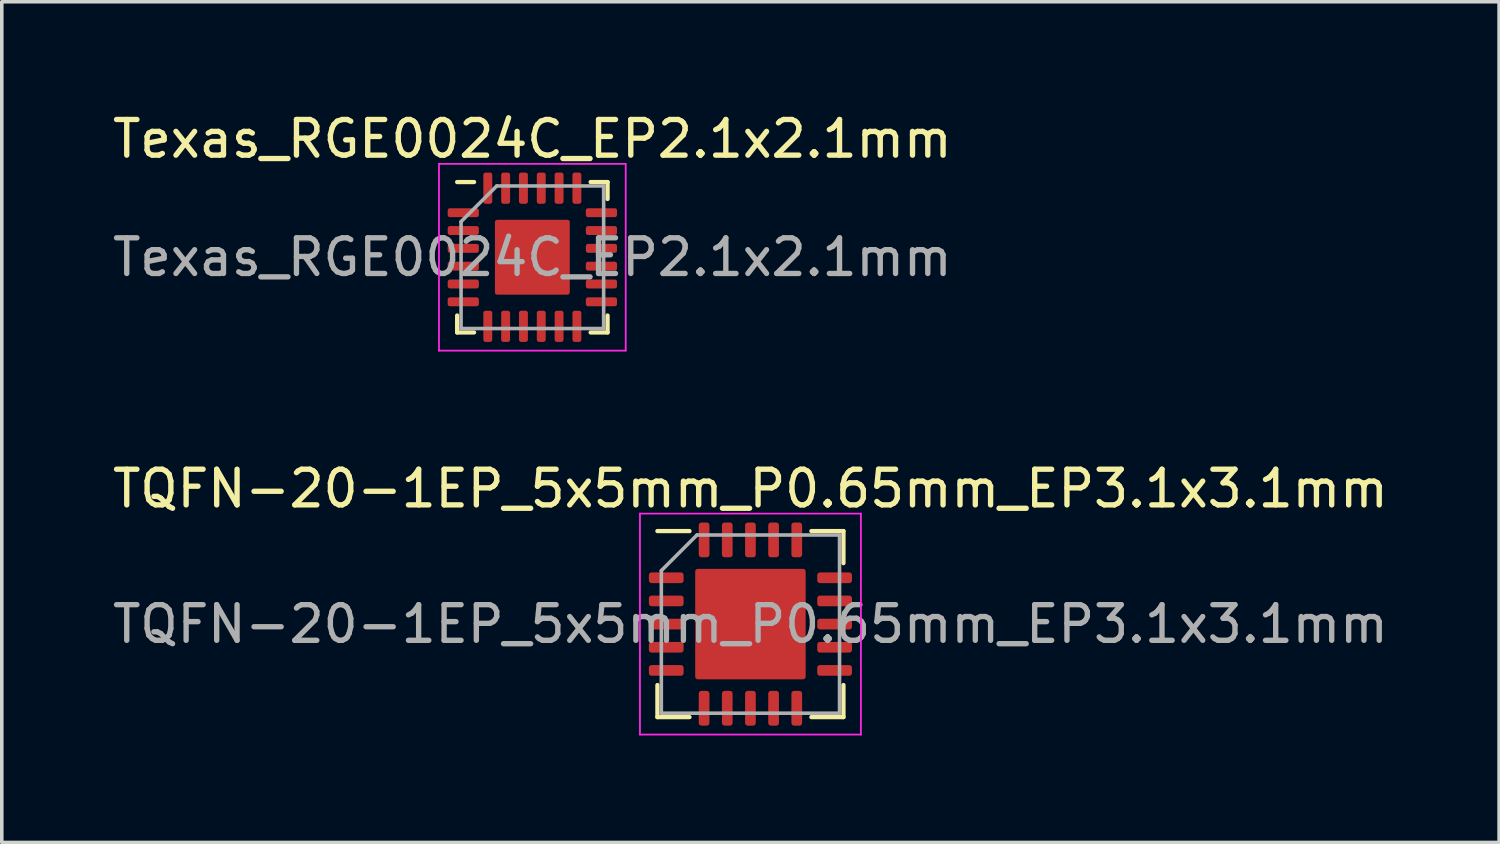
<source format=kicad_pcb>
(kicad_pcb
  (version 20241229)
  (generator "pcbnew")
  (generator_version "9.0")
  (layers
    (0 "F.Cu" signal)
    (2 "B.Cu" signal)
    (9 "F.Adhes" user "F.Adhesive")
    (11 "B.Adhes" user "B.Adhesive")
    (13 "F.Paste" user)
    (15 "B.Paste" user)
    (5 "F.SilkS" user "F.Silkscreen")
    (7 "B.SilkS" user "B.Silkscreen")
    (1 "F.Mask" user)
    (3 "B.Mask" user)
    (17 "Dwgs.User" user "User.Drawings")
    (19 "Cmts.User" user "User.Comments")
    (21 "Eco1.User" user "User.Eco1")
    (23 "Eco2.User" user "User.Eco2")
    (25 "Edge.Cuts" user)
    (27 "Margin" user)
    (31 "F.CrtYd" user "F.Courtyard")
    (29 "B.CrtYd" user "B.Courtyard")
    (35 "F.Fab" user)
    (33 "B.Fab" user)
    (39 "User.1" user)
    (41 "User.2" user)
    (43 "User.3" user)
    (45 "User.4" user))
  (footprint "Texas_RGE0024C_EP2.1x2.1mm"
    (layer "F.Cu")
    (at 11.887 4.168)
    (property "Reference" "Texas_RGE0024C_EP2.1x2.1mm" (at 0 -3.32 0) (layer "F.SilkS") (effects (font (size 1 1) (thickness 0.15))))
    (attr smd)
    (fp_line (start -2.11 2.11) (end -2.11 1.635) (stroke (width 0.12) (type solid)) (layer "F.SilkS"))
    (fp_line (start -1.635 -2.11) (end -2.11 -2.11) (stroke (width 0.12) (type solid)) (layer "F.SilkS"))
    (fp_line (start -1.635 2.11) (end -2.11 2.11) (stroke (width 0.12) (type solid)) (layer "F.SilkS"))
    (fp_line (start 1.635 -2.11) (end 2.11 -2.11) (stroke (width 0.12) (type solid)) (layer "F.SilkS"))
    (fp_line (start 1.635 2.11) (end 2.11 2.11) (stroke (width 0.12) (type solid)) (layer "F.SilkS"))
    (fp_line (start 2.11 -2.11) (end 2.11 -1.635) (stroke (width 0.12) (type solid)) (layer "F.SilkS"))
    (fp_line (start 2.11 2.11) (end 2.11 1.635) (stroke (width 0.12) (type solid)) (layer "F.SilkS"))
    (fp_line (start -2.62 -2.62) (end -2.62 2.62) (stroke (width 0.05) (type solid)) (layer "F.CrtYd"))
    (fp_line (start -2.62 2.62) (end 2.62 2.62) (stroke (width 0.05) (type solid)) (layer "F.CrtYd"))
    (fp_line (start 2.62 -2.62) (end -2.62 -2.62) (stroke (width 0.05) (type solid)) (layer "F.CrtYd"))
    (fp_line (start 2.62 2.62) (end 2.62 -2.62) (stroke (width 0.05) (type solid)) (layer "F.CrtYd"))
    (fp_line (start -2 -1) (end -1 -2) (stroke (width 0.1) (type solid)) (layer "F.Fab"))
    (fp_line (start -2 2) (end -2 -1) (stroke (width 0.1) (type solid)) (layer "F.Fab"))
    (fp_line (start -1 -2) (end 2 -2) (stroke (width 0.1) (type solid)) (layer "F.Fab"))
    (fp_line (start 2 -2) (end 2 2) (stroke (width 0.1) (type solid)) (layer "F.Fab"))
    (fp_line (start 2 2) (end -2 2) (stroke (width 0.1) (type solid)) (layer "F.Fab"))
    (fp_text user "${REFERENCE}" (at 0 0 0) (layer "F.Fab") (effects (font (size 1 1) (thickness 0.15))))
    (pad "" smd roundrect (at -0.525 -0.525) (size 0.85 0.85) (layers "F.Paste") (roundrect_rratio 0.25))
    (pad "" smd roundrect (at -0.525 0.525) (size 0.85 0.85) (layers "F.Paste") (roundrect_rratio 0.25))
    (pad "" smd roundrect (at 0.525 -0.525) (size 0.85 0.85) (layers "F.Paste") (roundrect_rratio 0.25))
    (pad "" smd roundrect (at 0.525 0.525) (size 0.85 0.85) (layers "F.Paste") (roundrect_rratio 0.25))
    (pad "1" smd roundrect (at -1.938 -1.25) (size 0.875 0.25) (layers "F.Cu" "F.Mask" "F.Paste") (roundrect_rratio 0.25))
    (pad "2" smd roundrect (at -1.938 -0.75) (size 0.875 0.25) (layers "F.Cu" "F.Mask" "F.Paste") (roundrect_rratio 0.25))
    (pad "3" smd roundrect (at -1.938 -0.25) (size 0.875 0.25) (layers "F.Cu" "F.Mask" "F.Paste") (roundrect_rratio 0.25))
    (pad "4" smd roundrect (at -1.938 0.25) (size 0.875 0.25) (layers "F.Cu" "F.Mask" "F.Paste") (roundrect_rratio 0.25))
    (pad "5" smd roundrect (at -1.938 0.75) (size 0.875 0.25) (layers "F.Cu" "F.Mask" "F.Paste") (roundrect_rratio 0.25))
    (pad "6" smd roundrect (at -1.938 1.25) (size 0.875 0.25) (layers "F.Cu" "F.Mask" "F.Paste") (roundrect_rratio 0.25))
    (pad "7" smd roundrect (at -1.25 1.938) (size 0.25 0.875) (layers "F.Cu" "F.Mask" "F.Paste") (roundrect_rratio 0.25))
    (pad "8" smd roundrect (at -0.75 1.938) (size 0.25 0.875) (layers "F.Cu" "F.Mask" "F.Paste") (roundrect_rratio 0.25))
    (pad "9" smd roundrect (at -0.25 1.938) (size 0.25 0.875) (layers "F.Cu" "F.Mask" "F.Paste") (roundrect_rratio 0.25))
    (pad "10" smd roundrect (at 0.25 1.938) (size 0.25 0.875) (layers "F.Cu" "F.Mask" "F.Paste") (roundrect_rratio 0.25))
    (pad "11" smd roundrect (at 0.75 1.938) (size 0.25 0.875) (layers "F.Cu" "F.Mask" "F.Paste") (roundrect_rratio 0.25))
    (pad "12" smd roundrect (at 1.25 1.938) (size 0.25 0.875) (layers "F.Cu" "F.Mask" "F.Paste") (roundrect_rratio 0.25))
    (pad "13" smd roundrect (at 1.938 1.25) (size 0.875 0.25) (layers "F.Cu" "F.Mask" "F.Paste") (roundrect_rratio 0.25))
    (pad "14" smd roundrect (at 1.938 0.75) (size 0.875 0.25) (layers "F.Cu" "F.Mask" "F.Paste") (roundrect_rratio 0.25))
    (pad "15" smd roundrect (at 1.938 0.25) (size 0.875 0.25) (layers "F.Cu" "F.Mask" "F.Paste") (roundrect_rratio 0.25))
    (pad "16" smd roundrect (at 1.938 -0.25) (size 0.875 0.25) (layers "F.Cu" "F.Mask" "F.Paste") (roundrect_rratio 0.25))
    (pad "17" smd roundrect (at 1.938 -0.75) (size 0.875 0.25) (layers "F.Cu" "F.Mask" "F.Paste") (roundrect_rratio 0.25))
    (pad "18" smd roundrect (at 1.938 -1.25) (size 0.875 0.25) (layers "F.Cu" "F.Mask" "F.Paste") (roundrect_rratio 0.25))
    (pad "19" smd roundrect (at 1.25 -1.938) (size 0.25 0.875) (layers "F.Cu" "F.Mask" "F.Paste") (roundrect_rratio 0.25))
    (pad "20" smd roundrect (at 0.75 -1.938) (size 0.25 0.875) (layers "F.Cu" "F.Mask" "F.Paste") (roundrect_rratio 0.25))
    (pad "21" smd roundrect (at 0.25 -1.938) (size 0.25 0.875) (layers "F.Cu" "F.Mask" "F.Paste") (roundrect_rratio 0.25))
    (pad "22" smd roundrect (at -0.25 -1.938) (size 0.25 0.875) (layers "F.Cu" "F.Mask" "F.Paste") (roundrect_rratio 0.25))
    (pad "23" smd roundrect (at -0.75 -1.938) (size 0.25 0.875) (layers "F.Cu" "F.Mask" "F.Paste") (roundrect_rratio 0.25))
    (pad "24" smd roundrect (at -1.25 -1.938) (size 0.25 0.875) (layers "F.Cu" "F.Mask" "F.Paste") (roundrect_rratio 0.25))
    (pad "25" smd roundrect (at 0 0) (size 2.1 2.1) (layers "F.Cu" "F.Mask") (roundrect_rratio 0.03)))
  (footprint "TQFN-20-1EP_5x5mm_P0.65mm_EP3.1x3.1mm"
    (layer "F.Cu")
    (at 18.006 14.461)
    (property "Reference" "TQFN-20-1EP_5x5mm_P0.65mm_EP3.1x3.1mm" (at 0 -3.8 0) (layer "F.SilkS") (effects (font (size 1 1) (thickness 0.15))))
    (attr smd)
    (fp_line (start -2.61 2.61) (end -2.61 1.71) (stroke (width 0.12) (type solid)) (layer "F.SilkS"))
    (fp_line (start -1.71 -2.61) (end -2.61 -2.61) (stroke (width 0.12) (type solid)) (layer "F.SilkS"))
    (fp_line (start -1.71 2.61) (end -2.61 2.61) (stroke (width 0.12) (type solid)) (layer "F.SilkS"))
    (fp_line (start 1.71 -2.61) (end 2.61 -2.61) (stroke (width 0.12) (type solid)) (layer "F.SilkS"))
    (fp_line (start 1.71 2.61) (end 2.61 2.61) (stroke (width 0.12) (type solid)) (layer "F.SilkS"))
    (fp_line (start 2.61 -2.61) (end 2.61 -1.71) (stroke (width 0.12) (type solid)) (layer "F.SilkS"))
    (fp_line (start 2.61 2.61) (end 2.61 1.71) (stroke (width 0.12) (type solid)) (layer "F.SilkS"))
    (fp_line (start -3.1 -3.1) (end -3.1 3.1) (stroke (width 0.05) (type solid)) (layer "F.CrtYd"))
    (fp_line (start -3.1 3.1) (end 3.1 3.1) (stroke (width 0.05) (type solid)) (layer "F.CrtYd"))
    (fp_line (start 3.1 -3.1) (end -3.1 -3.1) (stroke (width 0.05) (type solid)) (layer "F.CrtYd"))
    (fp_line (start 3.1 3.1) (end 3.1 -3.1) (stroke (width 0.05) (type solid)) (layer "F.CrtYd"))
    (fp_line (start -2.5 -1.5) (end -1.5 -2.5) (stroke (width 0.1) (type solid)) (layer "F.Fab"))
    (fp_line (start -2.5 2.5) (end -2.5 -1.5) (stroke (width 0.1) (type solid)) (layer "F.Fab"))
    (fp_line (start -1.5 -2.5) (end 2.5 -2.5) (stroke (width 0.1) (type solid)) (layer "F.Fab"))
    (fp_line (start 2.5 -2.5) (end 2.5 2.5) (stroke (width 0.1) (type solid)) (layer "F.Fab"))
    (fp_line (start 2.5 2.5) (end -2.5 2.5) (stroke (width 0.1) (type solid)) (layer "F.Fab"))
    (fp_text user "${REFERENCE}" (at 0 0 0) (layer "F.Fab") (effects (font (size 1 1) (thickness 0.15))))
    (pad "" smd roundrect (at -0.775 -0.775) (size 1.25 1.25) (layers "F.Paste") (roundrect_rratio 0.2))
    (pad "" smd roundrect (at -0.775 0.775) (size 1.25 1.25) (layers "F.Paste") (roundrect_rratio 0.2))
    (pad "" smd roundrect (at 0.775 -0.775) (size 1.25 1.25) (layers "F.Paste") (roundrect_rratio 0.2))
    (pad "" smd roundrect (at 0.775 0.775) (size 1.25 1.25) (layers "F.Paste") (roundrect_rratio 0.2))
    (pad "1" smd roundrect (at -2.362 -1.3) (size 0.975 0.3) (layers "F.Cu" "F.Mask" "F.Paste") (roundrect_rratio 0.25))
    (pad "2" smd roundrect (at -2.362 -0.65) (size 0.975 0.3) (layers "F.Cu" "F.Mask" "F.Paste") (roundrect_rratio 0.25))
    (pad "3" smd roundrect (at -2.362 0) (size 0.975 0.3) (layers "F.Cu" "F.Mask" "F.Paste") (roundrect_rratio 0.25))
    (pad "4" smd roundrect (at -2.362 0.65) (size 0.975 0.3) (layers "F.Cu" "F.Mask" "F.Paste") (roundrect_rratio 0.25))
    (pad "5" smd roundrect (at -2.362 1.3) (size 0.975 0.3) (layers "F.Cu" "F.Mask" "F.Paste") (roundrect_rratio 0.25))
    (pad "6" smd roundrect (at -1.3 2.362) (size 0.3 0.975) (layers "F.Cu" "F.Mask" "F.Paste") (roundrect_rratio 0.25))
    (pad "7" smd roundrect (at -0.65 2.362) (size 0.3 0.975) (layers "F.Cu" "F.Mask" "F.Paste") (roundrect_rratio 0.25))
    (pad "8" smd roundrect (at 0 2.362) (size 0.3 0.975) (layers "F.Cu" "F.Mask" "F.Paste") (roundrect_rratio 0.25))
    (pad "9" smd roundrect (at 0.65 2.362) (size 0.3 0.975) (layers "F.Cu" "F.Mask" "F.Paste") (roundrect_rratio 0.25))
    (pad "10" smd roundrect (at 1.3 2.362) (size 0.3 0.975) (layers "F.Cu" "F.Mask" "F.Paste") (roundrect_rratio 0.25))
    (pad "11" smd roundrect (at 2.362 1.3) (size 0.975 0.3) (layers "F.Cu" "F.Mask" "F.Paste") (roundrect_rratio 0.25))
    (pad "12" smd roundrect (at 2.362 0.65) (size 0.975 0.3) (layers "F.Cu" "F.Mask" "F.Paste") (roundrect_rratio 0.25))
    (pad "13" smd roundrect (at 2.362 0) (size 0.975 0.3) (layers "F.Cu" "F.Mask" "F.Paste") (roundrect_rratio 0.25))
    (pad "14" smd roundrect (at 2.362 -0.65) (size 0.975 0.3) (layers "F.Cu" "F.Mask" "F.Paste") (roundrect_rratio 0.25))
    (pad "15" smd roundrect (at 2.362 -1.3) (size 0.975 0.3) (layers "F.Cu" "F.Mask" "F.Paste") (roundrect_rratio 0.25))
    (pad "16" smd roundrect (at 1.3 -2.362) (size 0.3 0.975) (layers "F.Cu" "F.Mask" "F.Paste") (roundrect_rratio 0.25))
    (pad "17" smd roundrect (at 0.65 -2.362) (size 0.3 0.975) (layers "F.Cu" "F.Mask" "F.Paste") (roundrect_rratio 0.25))
    (pad "18" smd roundrect (at 0 -2.362) (size 0.3 0.975) (layers "F.Cu" "F.Mask" "F.Paste") (roundrect_rratio 0.25))
    (pad "19" smd roundrect (at -0.65 -2.362) (size 0.3 0.975) (layers "F.Cu" "F.Mask" "F.Paste") (roundrect_rratio 0.25))
    (pad "20" smd roundrect (at -1.3 -2.362) (size 0.3 0.975) (layers "F.Cu" "F.Mask" "F.Paste") (roundrect_rratio 0.25))
    (pad "21" smd roundrect (at 0 0) (size 3.1 3.1) (layers "F.Cu" "F.Mask") (roundrect_rratio 0.024)))
  (gr_rect
    (start -3 -3)
    (end 39.012 20.587)
    (stroke (width 0.1) (type default))
    (fill no)
    (layer "Edge.Cuts")))
</source>
